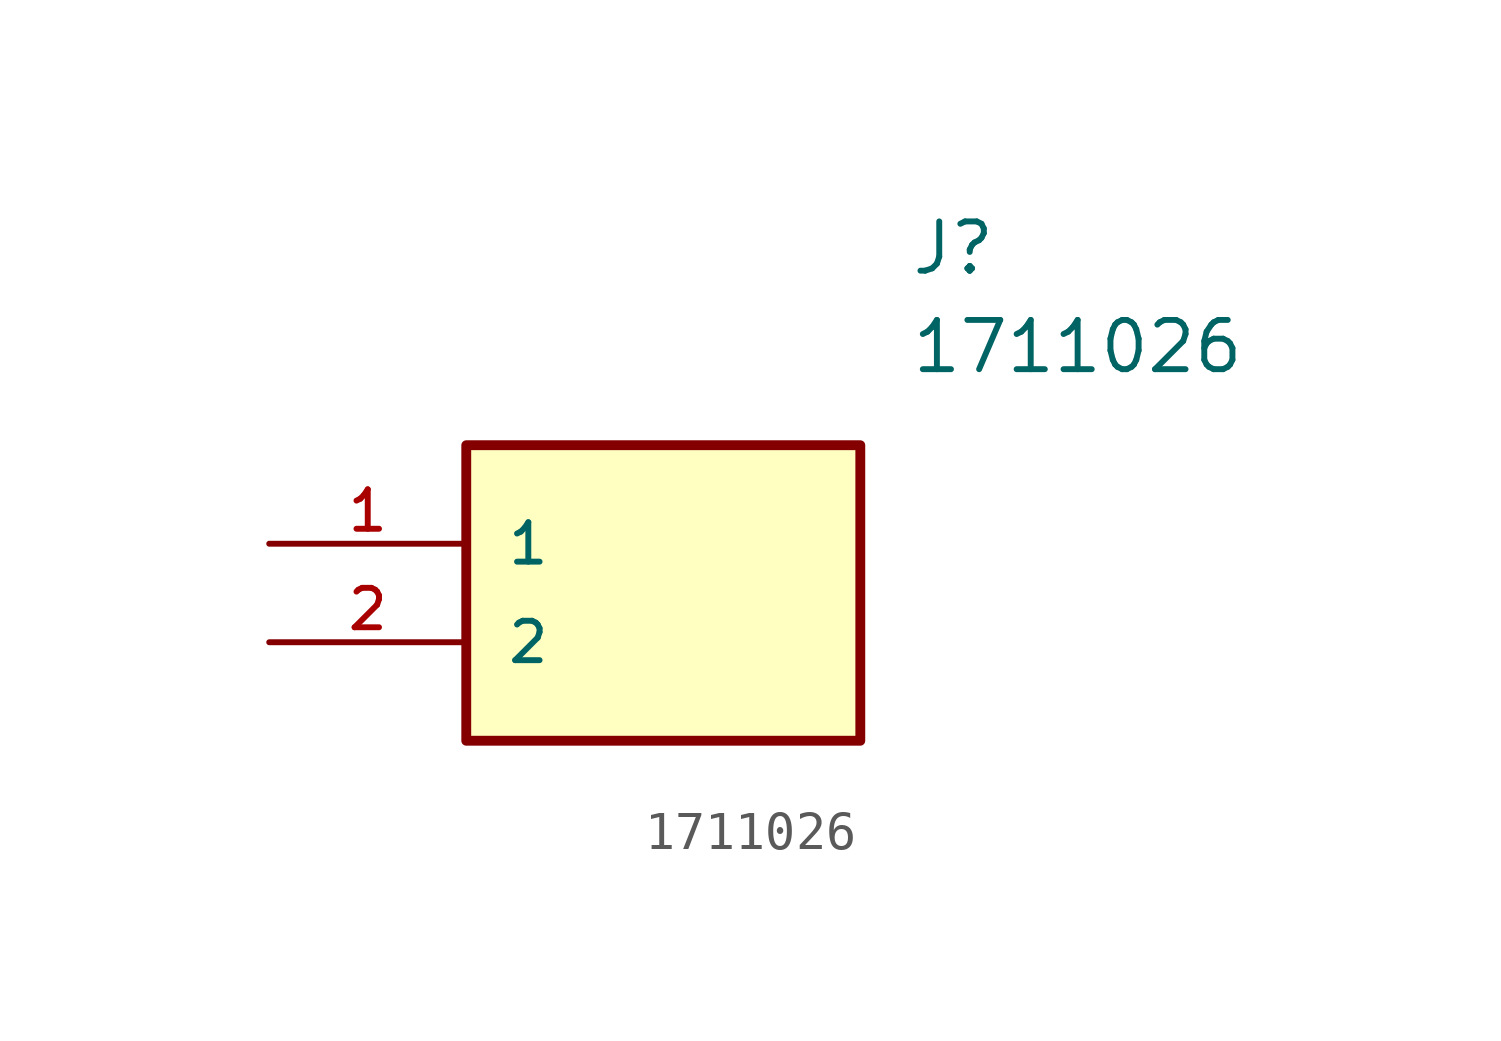
<source format=kicad_sym>
(kicad_symbol_lib
  (version 20211014)
  (generator kicad_symbol_editor)
  (symbol "1711026"
    (pin_names
      (offset 1.016))
    (property "Reference" "J"
      (at 16.51 7.62 0)
      (effects (font (size 1.27 1.27)) (justify left)))
    (property "Value" "1711026"
      (at 16.51 5.08 0)
      (effects (font (size 1.27 1.27)) (justify left)))
    (symbol "1711026_0_0"
      (rectangle (start 5.08 -5.08) (end 15.24 2.54) (stroke (width 0.254) (type default) (color 0 0 0 0)) (fill (type background)))
      (pin power_out line (at 0 0 0) (length 5.08) (name "1" (effects (font (size 1.016 1.016)))) (number "1" (effects (font (size 1.016 1.016)))))
      (pin power_out line (at 0 -2.54 0) (length 5.08) (name "2" (effects (font (size 1.016 1.016)))) (number "2" (effects (font (size 1.016 1.016))))))))
</source>
